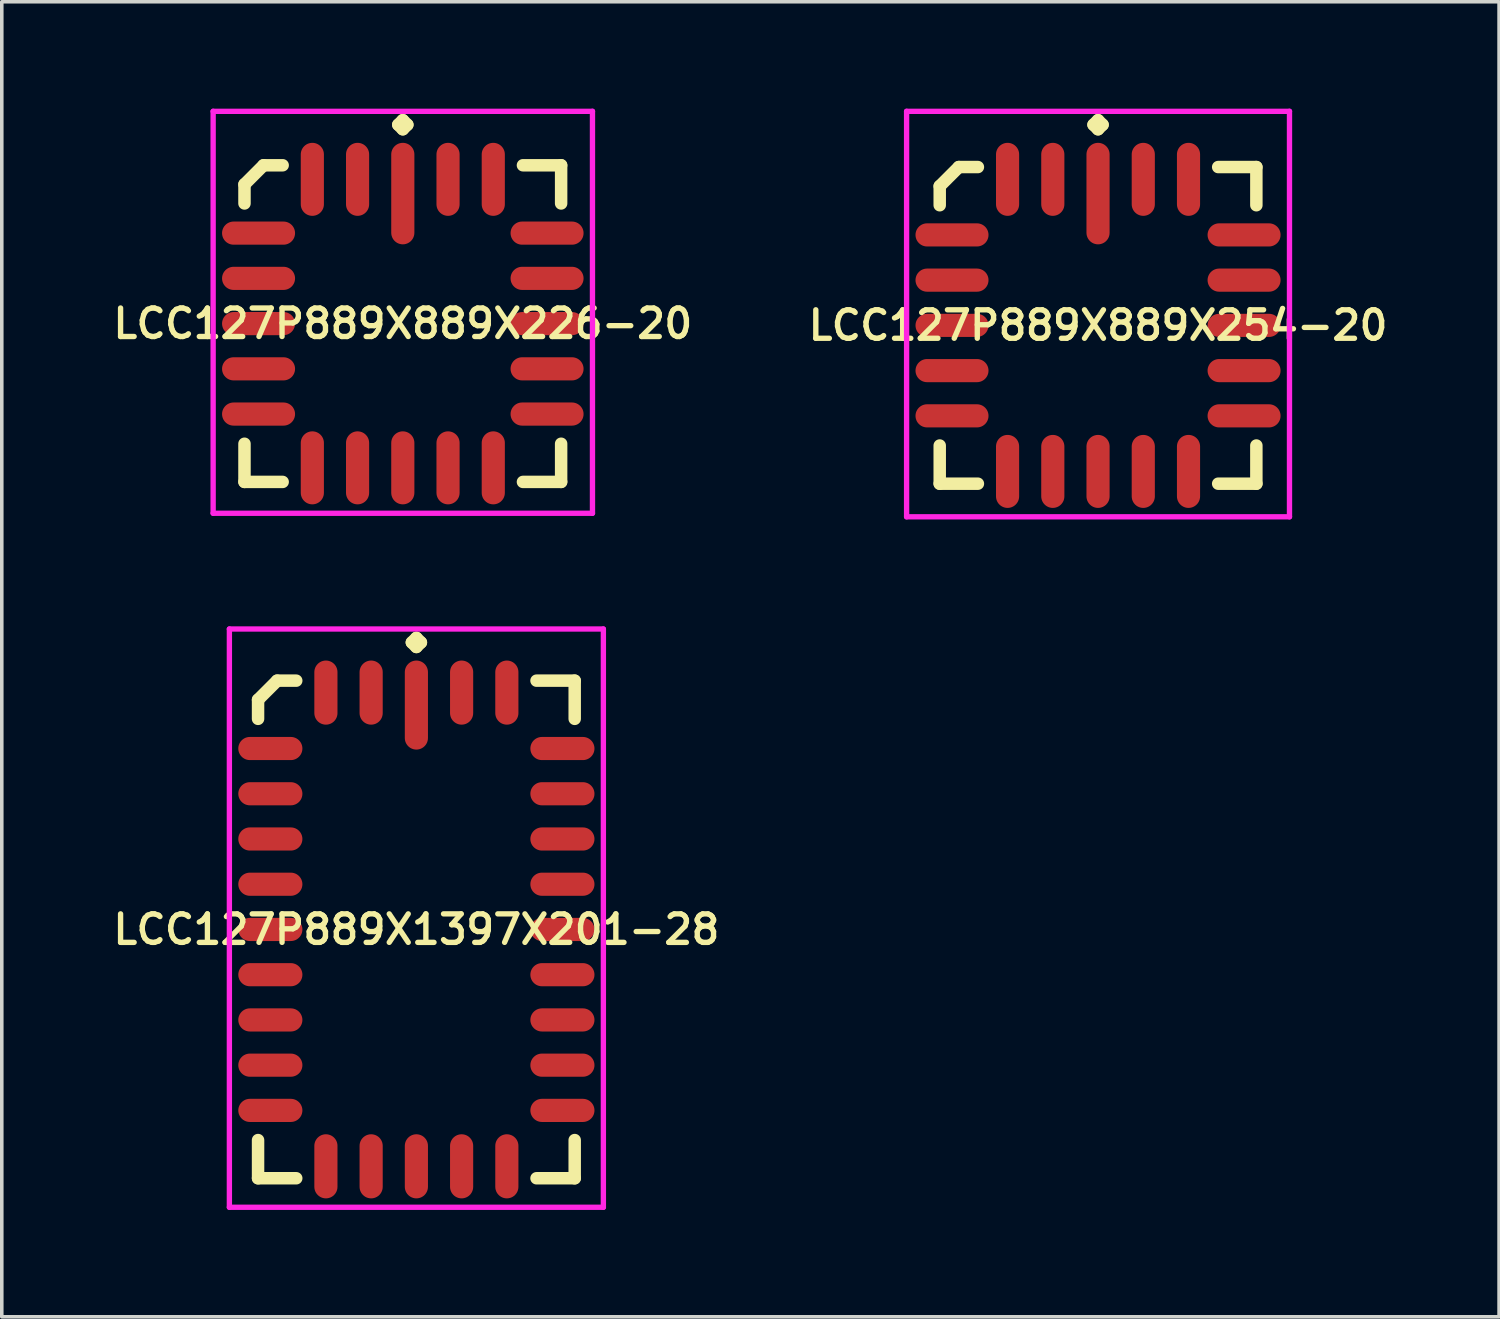
<source format=kicad_pcb>
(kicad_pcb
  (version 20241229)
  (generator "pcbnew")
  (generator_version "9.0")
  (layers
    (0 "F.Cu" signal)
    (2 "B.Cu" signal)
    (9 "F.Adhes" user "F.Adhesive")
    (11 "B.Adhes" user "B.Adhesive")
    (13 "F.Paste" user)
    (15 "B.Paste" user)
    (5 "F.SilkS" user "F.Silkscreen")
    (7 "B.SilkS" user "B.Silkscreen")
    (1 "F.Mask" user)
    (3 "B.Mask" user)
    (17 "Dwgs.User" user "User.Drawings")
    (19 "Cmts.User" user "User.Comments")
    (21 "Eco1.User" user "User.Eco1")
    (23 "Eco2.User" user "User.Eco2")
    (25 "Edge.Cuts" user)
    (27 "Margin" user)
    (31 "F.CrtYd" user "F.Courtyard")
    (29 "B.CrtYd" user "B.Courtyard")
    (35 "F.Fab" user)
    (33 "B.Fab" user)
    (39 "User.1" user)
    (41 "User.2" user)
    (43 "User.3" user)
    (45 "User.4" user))
  (footprint "LCC127P889X1397X201-28"
    (layer "F.Cu")
    (at 8.64 23.045)
    (property "Reference" "LCC127P889X1397X201-28" (at 0 0 0) (layer "F.SilkS") (effects (font (size 0.8 0.8) (thickness 0.15))))
    (attr smd)
    (fp_line (start -4.445 -6.449) (end -3.909 -6.985) (stroke (width 0.35) (type solid)) (layer "F.SilkS"))
    (fp_line (start -4.445 -5.913) (end -4.445 -6.449) (stroke (width 0.35) (type solid)) (layer "F.SilkS"))
    (fp_line (start -4.445 5.913) (end -4.445 6.985) (stroke (width 0.35) (type solid)) (layer "F.SilkS"))
    (fp_line (start -4.445 6.985) (end -3.373 6.985) (stroke (width 0.35) (type solid)) (layer "F.SilkS"))
    (fp_line (start -3.909 -6.985) (end -3.373 -6.985) (stroke (width 0.35) (type solid)) (layer "F.SilkS"))
    (fp_line (start -0.127 -8.058) (end 0 -8.185) (stroke (width 0.35) (type solid)) (layer "F.SilkS"))
    (fp_line (start 0 -8.185) (end 0.127 -8.058) (stroke (width 0.35) (type solid)) (layer "F.SilkS"))
    (fp_line (start 0 -7.931) (end -0.127 -8.058) (stroke (width 0.35) (type solid)) (layer "F.SilkS"))
    (fp_line (start 0.127 -8.058) (end 0 -7.931) (stroke (width 0.35) (type solid)) (layer "F.SilkS"))
    (fp_line (start 4.445 -6.985) (end 3.373 -6.985) (stroke (width 0.35) (type solid)) (layer "F.SilkS"))
    (fp_line (start 4.445 -5.913) (end 4.445 -6.985) (stroke (width 0.35) (type solid)) (layer "F.SilkS"))
    (fp_line (start 4.445 5.913) (end 4.445 6.985) (stroke (width 0.35) (type solid)) (layer "F.SilkS"))
    (fp_line (start 4.445 6.985) (end 3.373 6.985) (stroke (width 0.35) (type solid)) (layer "F.SilkS"))
    (fp_line (start -5.25 -8.435) (end 5.25 -8.435) (stroke (width 0.15) (type solid)) (layer "F.CrtYd"))
    (fp_line (start -5.25 7.8) (end -5.25 -8.435) (stroke (width 0.15) (type solid)) (layer "F.CrtYd"))
    (fp_line (start 5.25 -8.435) (end 5.25 7.8) (stroke (width 0.15) (type solid)) (layer "F.CrtYd"))
    (fp_line (start 5.25 7.8) (end -5.25 7.8) (stroke (width 0.15) (type solid)) (layer "F.CrtYd"))
    (pad "1" smd oval (at 0 -6.3) (size 0.65 2.5) (layers "F.Cu" "F.Mask" "F.Paste"))
    (pad "2" smd oval (at -1.27 -6.65) (size 0.65 1.8) (layers "F.Cu" "F.Mask" "F.Paste"))
    (pad "3" smd oval (at -2.54 -6.65) (size 0.65 1.8) (layers "F.Cu" "F.Mask" "F.Paste"))
    (pad "4" smd oval (at -4.1 -5.08) (size 1.8 0.65) (layers "F.Cu" "F.Mask" "F.Paste"))
    (pad "5" smd oval (at -4.1 -3.81) (size 1.8 0.65) (layers "F.Cu" "F.Mask" "F.Paste"))
    (pad "6" smd oval (at -4.1 -2.54) (size 1.8 0.65) (layers "F.Cu" "F.Mask" "F.Paste"))
    (pad "7" smd oval (at -4.1 -1.27) (size 1.8 0.65) (layers "F.Cu" "F.Mask" "F.Paste"))
    (pad "8" smd oval (at -4.1 0) (size 1.8 0.65) (layers "F.Cu" "F.Mask" "F.Paste"))
    (pad "9" smd oval (at -4.1 1.27) (size 1.8 0.65) (layers "F.Cu" "F.Mask" "F.Paste"))
    (pad "10" smd oval (at -4.1 2.54) (size 1.8 0.65) (layers "F.Cu" "F.Mask" "F.Paste"))
    (pad "11" smd oval (at -4.1 3.81) (size 1.8 0.65) (layers "F.Cu" "F.Mask" "F.Paste"))
    (pad "12" smd oval (at -4.1 5.08) (size 1.8 0.65) (layers "F.Cu" "F.Mask" "F.Paste"))
    (pad "13" smd oval (at -2.54 6.65) (size 0.65 1.8) (layers "F.Cu" "F.Mask" "F.Paste"))
    (pad "14" smd oval (at -1.27 6.65) (size 0.65 1.8) (layers "F.Cu" "F.Mask" "F.Paste"))
    (pad "15" smd oval (at 0 6.65) (size 0.65 1.8) (layers "F.Cu" "F.Mask" "F.Paste"))
    (pad "16" smd oval (at 1.27 6.65) (size 0.65 1.8) (layers "F.Cu" "F.Mask" "F.Paste"))
    (pad "17" smd oval (at 2.54 6.65) (size 0.65 1.8) (layers "F.Cu" "F.Mask" "F.Paste"))
    (pad "18" smd oval (at 4.1 5.08) (size 1.8 0.65) (layers "F.Cu" "F.Mask" "F.Paste"))
    (pad "19" smd oval (at 4.1 3.81) (size 1.8 0.65) (layers "F.Cu" "F.Mask" "F.Paste"))
    (pad "20" smd oval (at 4.1 2.54) (size 1.8 0.65) (layers "F.Cu" "F.Mask" "F.Paste"))
    (pad "21" smd oval (at 4.1 1.27) (size 1.8 0.65) (layers "F.Cu" "F.Mask" "F.Paste"))
    (pad "22" smd oval (at 4.1 0) (size 1.8 0.65) (layers "F.Cu" "F.Mask" "F.Paste"))
    (pad "23" smd oval (at 4.1 -1.27) (size 1.8 0.65) (layers "F.Cu" "F.Mask" "F.Paste"))
    (pad "24" smd oval (at 4.1 -2.54) (size 1.8 0.65) (layers "F.Cu" "F.Mask" "F.Paste"))
    (pad "25" smd oval (at 4.1 -3.81) (size 1.8 0.65) (layers "F.Cu" "F.Mask" "F.Paste"))
    (pad "26" smd oval (at 4.1 -5.08) (size 1.8 0.65) (layers "F.Cu" "F.Mask" "F.Paste"))
    (pad "27" smd oval (at 2.54 -6.65) (size 0.65 1.8) (layers "F.Cu" "F.Mask" "F.Paste"))
    (pad "28" smd oval (at 1.27 -6.65) (size 0.65 1.8) (layers "F.Cu" "F.Mask" "F.Paste")))
  (footprint "LCC127P889X889X226-20"
    (layer "F.Cu")
    (at 8.259 6.035)
    (property "Reference" "LCC127P889X889X226-20" (at 0 0 0) (layer "F.SilkS") (effects (font (size 0.8 0.8) (thickness 0.15))))
    (attr smd)
    (fp_line (start -4.445 -3.909) (end -3.909 -4.445) (stroke (width 0.35) (type solid)) (layer "F.SilkS"))
    (fp_line (start -4.445 -3.373) (end -4.445 -3.909) (stroke (width 0.35) (type solid)) (layer "F.SilkS"))
    (fp_line (start -4.445 3.373) (end -4.445 4.445) (stroke (width 0.35) (type solid)) (layer "F.SilkS"))
    (fp_line (start -4.445 4.445) (end -3.373 4.445) (stroke (width 0.35) (type solid)) (layer "F.SilkS"))
    (fp_line (start -3.909 -4.445) (end -3.373 -4.445) (stroke (width 0.35) (type solid)) (layer "F.SilkS"))
    (fp_line (start -0.127 -5.583) (end 0 -5.71) (stroke (width 0.35) (type solid)) (layer "F.SilkS"))
    (fp_line (start 0 -5.71) (end 0.127 -5.583) (stroke (width 0.35) (type solid)) (layer "F.SilkS"))
    (fp_line (start 0 -5.456) (end -0.127 -5.583) (stroke (width 0.35) (type solid)) (layer "F.SilkS"))
    (fp_line (start 0.127 -5.583) (end 0 -5.456) (stroke (width 0.35) (type solid)) (layer "F.SilkS"))
    (fp_line (start 4.445 -4.445) (end 3.373 -4.445) (stroke (width 0.35) (type solid)) (layer "F.SilkS"))
    (fp_line (start 4.445 -3.373) (end 4.445 -4.445) (stroke (width 0.35) (type solid)) (layer "F.SilkS"))
    (fp_line (start 4.445 3.373) (end 4.445 4.445) (stroke (width 0.35) (type solid)) (layer "F.SilkS"))
    (fp_line (start 4.445 4.445) (end 3.373 4.445) (stroke (width 0.35) (type solid)) (layer "F.SilkS"))
    (fp_line (start -5.325 -5.96) (end 5.325 -5.96) (stroke (width 0.15) (type solid)) (layer "F.CrtYd"))
    (fp_line (start -5.325 5.325) (end -5.325 -5.96) (stroke (width 0.15) (type solid)) (layer "F.CrtYd"))
    (fp_line (start 5.325 -5.96) (end 5.325 5.325) (stroke (width 0.15) (type solid)) (layer "F.CrtYd"))
    (fp_line (start 5.325 5.325) (end -5.325 5.325) (stroke (width 0.15) (type solid)) (layer "F.CrtYd"))
    (pad "1" smd oval (at 0 -3.65) (size 0.65 2.85) (layers "F.Cu" "F.Mask" "F.Paste"))
    (pad "2" smd oval (at -1.27 -4.05) (size 0.65 2.05) (layers "F.Cu" "F.Mask" "F.Paste"))
    (pad "3" smd oval (at -2.54 -4.05) (size 0.65 2.05) (layers "F.Cu" "F.Mask" "F.Paste"))
    (pad "4" smd oval (at -4.05 -2.54) (size 2.05 0.65) (layers "F.Cu" "F.Mask" "F.Paste"))
    (pad "5" smd oval (at -4.05 -1.27) (size 2.05 0.65) (layers "F.Cu" "F.Mask" "F.Paste"))
    (pad "6" smd oval (at -4.05 0) (size 2.05 0.65) (layers "F.Cu" "F.Mask" "F.Paste"))
    (pad "7" smd oval (at -4.05 1.27) (size 2.05 0.65) (layers "F.Cu" "F.Mask" "F.Paste"))
    (pad "8" smd oval (at -4.05 2.54) (size 2.05 0.65) (layers "F.Cu" "F.Mask" "F.Paste"))
    (pad "9" smd oval (at -2.54 4.05) (size 0.65 2.05) (layers "F.Cu" "F.Mask" "F.Paste"))
    (pad "10" smd oval (at -1.27 4.05) (size 0.65 2.05) (layers "F.Cu" "F.Mask" "F.Paste"))
    (pad "11" smd oval (at 0 4.05) (size 0.65 2.05) (layers "F.Cu" "F.Mask" "F.Paste"))
    (pad "12" smd oval (at 1.27 4.05) (size 0.65 2.05) (layers "F.Cu" "F.Mask" "F.Paste"))
    (pad "13" smd oval (at 2.54 4.05) (size 0.65 2.05) (layers "F.Cu" "F.Mask" "F.Paste"))
    (pad "14" smd oval (at 4.05 2.54) (size 2.05 0.65) (layers "F.Cu" "F.Mask" "F.Paste"))
    (pad "15" smd oval (at 4.05 1.27) (size 2.05 0.65) (layers "F.Cu" "F.Mask" "F.Paste"))
    (pad "16" smd oval (at 4.05 0) (size 2.05 0.65) (layers "F.Cu" "F.Mask" "F.Paste"))
    (pad "17" smd oval (at 4.05 -1.27) (size 2.05 0.65) (layers "F.Cu" "F.Mask" "F.Paste"))
    (pad "18" smd oval (at 4.05 -2.54) (size 2.05 0.65) (layers "F.Cu" "F.Mask" "F.Paste"))
    (pad "19" smd oval (at 2.54 -4.05) (size 0.65 2.05) (layers "F.Cu" "F.Mask" "F.Paste"))
    (pad "20" smd oval (at 1.27 -4.05) (size 0.65 2.05) (layers "F.Cu" "F.Mask" "F.Paste")))
  (footprint "LCC127P889X889X254-20"
    (layer "F.Cu")
    (at 27.778 6.085)
    (property "Reference" "LCC127P889X889X254-20" (at 0 0 0) (layer "F.SilkS") (effects (font (size 0.8 0.8) (thickness 0.15))))
    (attr smd)
    (fp_line (start -4.445 -3.909) (end -3.909 -4.445) (stroke (width 0.35) (type solid)) (layer "F.SilkS"))
    (fp_line (start -4.445 -3.373) (end -4.445 -3.909) (stroke (width 0.35) (type solid)) (layer "F.SilkS"))
    (fp_line (start -4.445 3.373) (end -4.445 4.445) (stroke (width 0.35) (type solid)) (layer "F.SilkS"))
    (fp_line (start -4.445 4.445) (end -3.373 4.445) (stroke (width 0.35) (type solid)) (layer "F.SilkS"))
    (fp_line (start -3.909 -4.445) (end -3.373 -4.445) (stroke (width 0.35) (type solid)) (layer "F.SilkS"))
    (fp_line (start -0.127 -5.633) (end 0 -5.76) (stroke (width 0.35) (type solid)) (layer "F.SilkS"))
    (fp_line (start 0 -5.76) (end 0.127 -5.633) (stroke (width 0.35) (type solid)) (layer "F.SilkS"))
    (fp_line (start 0 -5.506) (end -0.127 -5.633) (stroke (width 0.35) (type solid)) (layer "F.SilkS"))
    (fp_line (start 0.127 -5.633) (end 0 -5.506) (stroke (width 0.35) (type solid)) (layer "F.SilkS"))
    (fp_line (start 4.445 -4.445) (end 3.373 -4.445) (stroke (width 0.35) (type solid)) (layer "F.SilkS"))
    (fp_line (start 4.445 -3.373) (end 4.445 -4.445) (stroke (width 0.35) (type solid)) (layer "F.SilkS"))
    (fp_line (start 4.445 3.373) (end 4.445 4.445) (stroke (width 0.35) (type solid)) (layer "F.SilkS"))
    (fp_line (start 4.445 4.445) (end 3.373 4.445) (stroke (width 0.35) (type solid)) (layer "F.SilkS"))
    (fp_line (start -5.375 -6.01) (end 5.375 -6.01) (stroke (width 0.15) (type solid)) (layer "F.CrtYd"))
    (fp_line (start -5.375 5.375) (end -5.375 -6.01) (stroke (width 0.15) (type solid)) (layer "F.CrtYd"))
    (fp_line (start 5.375 -6.01) (end 5.375 5.375) (stroke (width 0.15) (type solid)) (layer "F.CrtYd"))
    (fp_line (start 5.375 5.375) (end -5.375 5.375) (stroke (width 0.15) (type solid)) (layer "F.CrtYd"))
    (pad "1" smd oval (at 0 -3.7) (size 0.65 2.85) (layers "F.Cu" "F.Mask" "F.Paste"))
    (pad "2" smd oval (at -1.27 -4.1) (size 0.65 2.05) (layers "F.Cu" "F.Mask" "F.Paste"))
    (pad "3" smd oval (at -2.54 -4.1) (size 0.65 2.05) (layers "F.Cu" "F.Mask" "F.Paste"))
    (pad "4" smd oval (at -4.1 -2.54) (size 2.05 0.65) (layers "F.Cu" "F.Mask" "F.Paste"))
    (pad "5" smd oval (at -4.1 -1.27) (size 2.05 0.65) (layers "F.Cu" "F.Mask" "F.Paste"))
    (pad "6" smd oval (at -4.1 0) (size 2.05 0.65) (layers "F.Cu" "F.Mask" "F.Paste"))
    (pad "7" smd oval (at -4.1 1.27) (size 2.05 0.65) (layers "F.Cu" "F.Mask" "F.Paste"))
    (pad "8" smd oval (at -4.1 2.54) (size 2.05 0.65) (layers "F.Cu" "F.Mask" "F.Paste"))
    (pad "9" smd oval (at -2.54 4.1) (size 0.65 2.05) (layers "F.Cu" "F.Mask" "F.Paste"))
    (pad "10" smd oval (at -1.27 4.1) (size 0.65 2.05) (layers "F.Cu" "F.Mask" "F.Paste"))
    (pad "11" smd oval (at 0 4.1) (size 0.65 2.05) (layers "F.Cu" "F.Mask" "F.Paste"))
    (pad "12" smd oval (at 1.27 4.1) (size 0.65 2.05) (layers "F.Cu" "F.Mask" "F.Paste"))
    (pad "13" smd oval (at 2.54 4.1) (size 0.65 2.05) (layers "F.Cu" "F.Mask" "F.Paste"))
    (pad "14" smd oval (at 4.1 2.54) (size 2.05 0.65) (layers "F.Cu" "F.Mask" "F.Paste"))
    (pad "15" smd oval (at 4.1 1.27) (size 2.05 0.65) (layers "F.Cu" "F.Mask" "F.Paste"))
    (pad "16" smd oval (at 4.1 0) (size 2.05 0.65) (layers "F.Cu" "F.Mask" "F.Paste"))
    (pad "17" smd oval (at 4.1 -1.27) (size 2.05 0.65) (layers "F.Cu" "F.Mask" "F.Paste"))
    (pad "18" smd oval (at 4.1 -2.54) (size 2.05 0.65) (layers "F.Cu" "F.Mask" "F.Paste"))
    (pad "19" smd oval (at 2.54 -4.1) (size 0.65 2.05) (layers "F.Cu" "F.Mask" "F.Paste"))
    (pad "20" smd oval (at 1.27 -4.1) (size 0.65 2.05) (layers "F.Cu" "F.Mask" "F.Paste")))
  (gr_rect
    (start -3 -3)
    (end 39.037 33.92)
    (stroke (width 0.1) (type default))
    (fill no)
    (layer "Edge.Cuts")))
</source>
